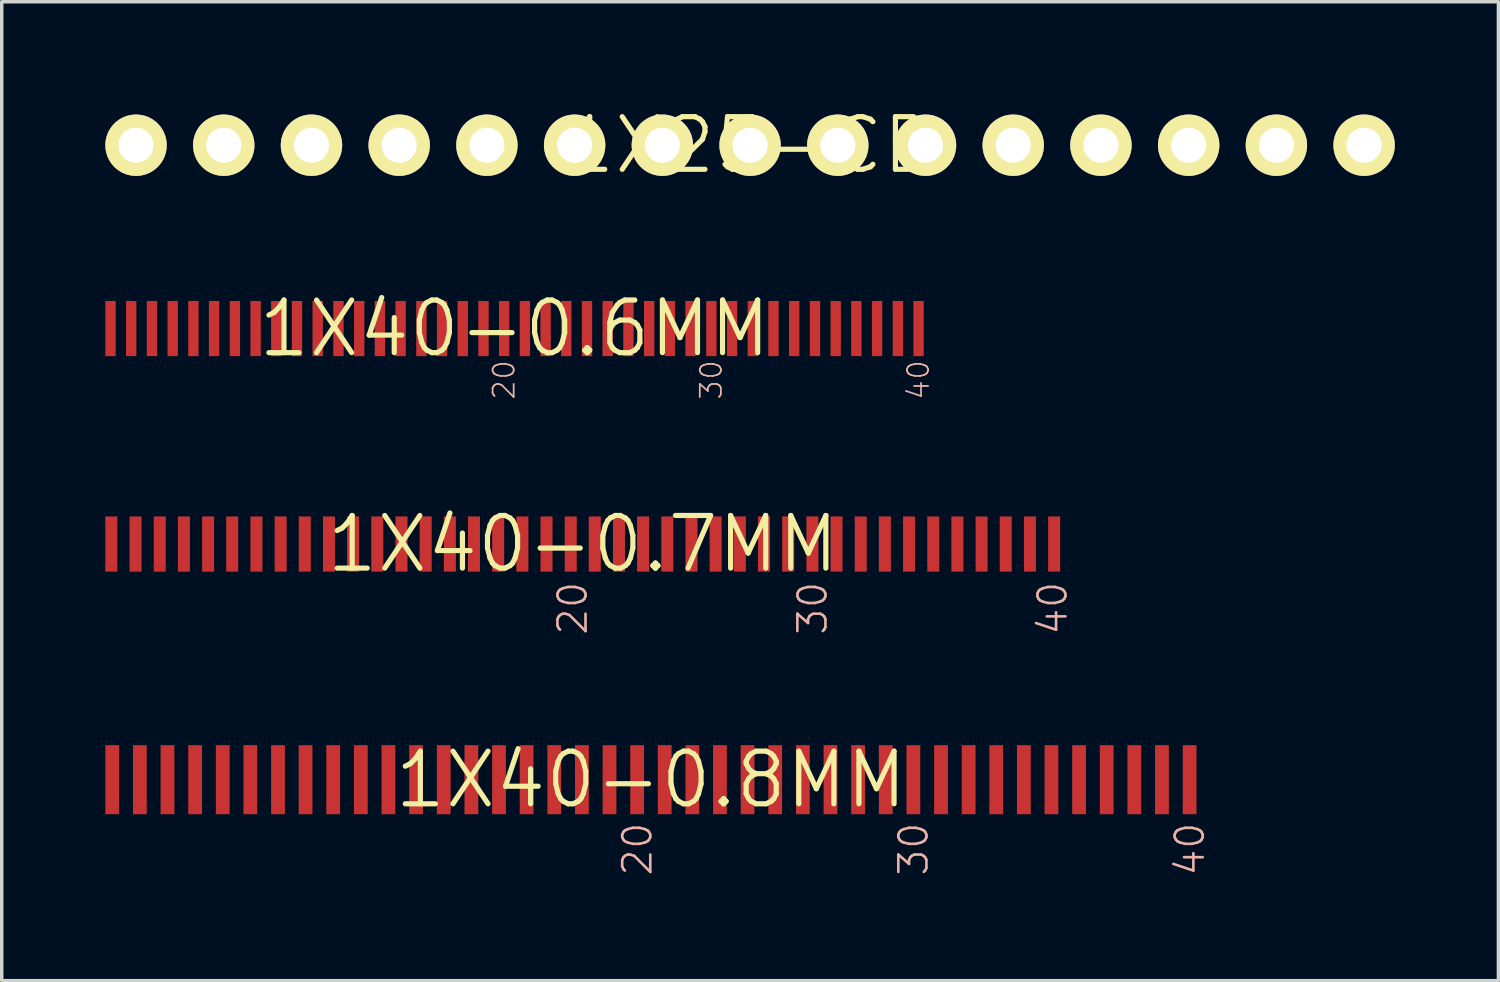
<source format=kicad_pcb>
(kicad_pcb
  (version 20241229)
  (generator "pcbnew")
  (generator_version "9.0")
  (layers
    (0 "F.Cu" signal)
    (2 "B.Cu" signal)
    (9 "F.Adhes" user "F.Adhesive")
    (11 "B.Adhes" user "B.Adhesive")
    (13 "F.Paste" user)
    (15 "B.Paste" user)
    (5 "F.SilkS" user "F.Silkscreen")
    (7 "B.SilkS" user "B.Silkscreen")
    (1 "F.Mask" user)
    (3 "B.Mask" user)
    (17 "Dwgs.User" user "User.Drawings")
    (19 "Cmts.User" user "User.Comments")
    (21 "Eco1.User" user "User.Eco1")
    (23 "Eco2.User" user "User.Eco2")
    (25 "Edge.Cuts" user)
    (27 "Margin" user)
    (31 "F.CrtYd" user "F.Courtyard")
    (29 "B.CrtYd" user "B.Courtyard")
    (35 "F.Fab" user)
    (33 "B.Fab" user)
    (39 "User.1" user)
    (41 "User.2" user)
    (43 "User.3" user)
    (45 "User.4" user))
  (footprint "1X40-0.7MM"
    (layer "F.Cu")
    (at 13.824 12.703)
    (property "Reference" "1X40-0.7MM" (at 0 0 0) (layer "F.SilkS") (effects (font (size 1.524 1.524) (thickness 0.15))))
    (attr smd)
    (fp_text user "40" (at 13.604 1.862 270) (layer "B.SilkS") (effects (font (size 0.813 0.813) (thickness 0.076))))
    (fp_text user "30" (at 6.655 1.862 270) (layer "B.SilkS") (effects (font (size 0.813 0.813) (thickness 0.076))))
    (fp_text user "20" (at -0.292 1.862 270) (layer "B.SilkS") (effects (font (size 0.813 0.813) (thickness 0.076))))
    (pad "1" smd rect (at -13.65 0 90) (size 1.598 0.348) (layers "F.Cu" "F.Mask" "F.Paste"))
    (pad "2" smd rect (at -12.949 0 90) (size 1.598 0.348) (layers "F.Cu" "F.Mask" "F.Paste"))
    (pad "3" smd rect (at -12.248 0 90) (size 1.598 0.348) (layers "F.Cu" "F.Mask" "F.Paste"))
    (pad "4" smd rect (at -11.549 0 90) (size 1.598 0.348) (layers "F.Cu" "F.Mask" "F.Paste"))
    (pad "5" smd rect (at -10.848 0 90) (size 1.598 0.348) (layers "F.Cu" "F.Mask" "F.Paste"))
    (pad "6" smd rect (at -10.15 0 90) (size 1.598 0.348) (layers "F.Cu" "F.Mask" "F.Paste"))
    (pad "7" smd rect (at -9.449 0 90) (size 1.598 0.348) (layers "F.Cu" "F.Mask" "F.Paste"))
    (pad "8" smd rect (at -8.748 0 90) (size 1.598 0.348) (layers "F.Cu" "F.Mask" "F.Paste"))
    (pad "9" smd rect (at -8.049 0 90) (size 1.598 0.348) (layers "F.Cu" "F.Mask" "F.Paste"))
    (pad "10" smd rect (at -7.348 0 90) (size 1.598 0.348) (layers "F.Cu" "F.Mask" "F.Paste"))
    (pad "11" smd rect (at -6.65 0 90) (size 1.598 0.348) (layers "F.Cu" "F.Mask" "F.Paste"))
    (pad "12" smd rect (at -5.949 0 90) (size 1.598 0.348) (layers "F.Cu" "F.Mask" "F.Paste"))
    (pad "13" smd rect (at -5.248 0 90) (size 1.598 0.348) (layers "F.Cu" "F.Mask" "F.Paste"))
    (pad "14" smd rect (at -4.549 0 90) (size 1.598 0.348) (layers "F.Cu" "F.Mask" "F.Paste"))
    (pad "15" smd rect (at -3.848 0 90) (size 1.598 0.348) (layers "F.Cu" "F.Mask" "F.Paste"))
    (pad "16" smd rect (at -3.15 0 90) (size 1.598 0.348) (layers "F.Cu" "F.Mask" "F.Paste"))
    (pad "17" smd rect (at -2.449 0 90) (size 1.598 0.348) (layers "F.Cu" "F.Mask" "F.Paste"))
    (pad "18" smd rect (at -1.748 0 90) (size 1.598 0.348) (layers "F.Cu" "F.Mask" "F.Paste"))
    (pad "19" smd rect (at -1.049 0 90) (size 1.598 0.348) (layers "F.Cu" "F.Mask" "F.Paste"))
    (pad "20" smd rect (at -0.348 0 90) (size 1.598 0.348) (layers "F.Cu" "F.Mask" "F.Paste"))
    (pad "21" smd rect (at 0.348 0 90) (size 1.598 0.348) (layers "F.Cu" "F.Mask" "F.Paste"))
    (pad "22" smd rect (at 1.049 0 90) (size 1.598 0.348) (layers "F.Cu" "F.Mask" "F.Paste"))
    (pad "23" smd rect (at 1.748 0 90) (size 1.598 0.348) (layers "F.Cu" "F.Mask" "F.Paste"))
    (pad "24" smd rect (at 2.449 0 90) (size 1.598 0.348) (layers "F.Cu" "F.Mask" "F.Paste"))
    (pad "25" smd rect (at 3.15 0 90) (size 1.598 0.348) (layers "F.Cu" "F.Mask" "F.Paste"))
    (pad "26" smd rect (at 3.848 0 90) (size 1.598 0.348) (layers "F.Cu" "F.Mask" "F.Paste"))
    (pad "27" smd rect (at 4.549 0 90) (size 1.598 0.348) (layers "F.Cu" "F.Mask" "F.Paste"))
    (pad "28" smd rect (at 5.248 0 90) (size 1.598 0.348) (layers "F.Cu" "F.Mask" "F.Paste"))
    (pad "29" smd rect (at 5.949 0 90) (size 1.598 0.348) (layers "F.Cu" "F.Mask" "F.Paste"))
    (pad "30" smd rect (at 6.65 0 90) (size 1.598 0.348) (layers "F.Cu" "F.Mask" "F.Paste"))
    (pad "31" smd rect (at 7.348 0 90) (size 1.598 0.348) (layers "F.Cu" "F.Mask" "F.Paste"))
    (pad "32" smd rect (at 8.049 0 90) (size 1.598 0.348) (layers "F.Cu" "F.Mask" "F.Paste"))
    (pad "33" smd rect (at 8.748 0 90) (size 1.598 0.348) (layers "F.Cu" "F.Mask" "F.Paste"))
    (pad "34" smd rect (at 9.449 0 90) (size 1.598 0.348) (layers "F.Cu" "F.Mask" "F.Paste"))
    (pad "35" smd rect (at 10.15 0 90) (size 1.598 0.348) (layers "F.Cu" "F.Mask" "F.Paste"))
    (pad "36" smd rect (at 10.848 0 90) (size 1.598 0.348) (layers "F.Cu" "F.Mask" "F.Paste"))
    (pad "37" smd rect (at 11.549 0 90) (size 1.598 0.348) (layers "F.Cu" "F.Mask" "F.Paste"))
    (pad "38" smd rect (at 12.248 0 90) (size 1.598 0.348) (layers "F.Cu" "F.Mask" "F.Paste"))
    (pad "39" smd rect (at 12.949 0 90) (size 1.598 0.348) (layers "F.Cu" "F.Mask" "F.Paste"))
    (pad "40" smd rect (at 13.65 0 90) (size 1.598 0.348) (layers "F.Cu" "F.Mask" "F.Paste")))
  (footprint "1X40-0.6MM"
    (layer "F.Cu")
    (at 11.849 6.464)
    (property "Reference" "1X40-0.6MM" (at 0 0 0) (layer "F.SilkS") (effects (font (size 1.524 1.524) (thickness 0.15))))
    (attr smd)
    (fp_text user "20" (at -0.305 1.488 90) (layer "B.SilkS") (effects (font (size 0.61 0.61) (thickness 0.051))))
    (fp_text user "30" (at 5.695 1.488 90) (layer "B.SilkS") (effects (font (size 0.61 0.61) (thickness 0.051))))
    (fp_text user "40" (at 11.694 1.488 90) (layer "B.SilkS") (effects (font (size 0.61 0.61) (thickness 0.051))))
    (pad "1" smd rect (at -11.699 0 90) (size 1.598 0.3) (layers "F.Cu" "F.Mask" "F.Paste"))
    (pad "2" smd rect (at -11.1 0 90) (size 1.598 0.3) (layers "F.Cu" "F.Mask" "F.Paste"))
    (pad "3" smd rect (at -10.498 0 90) (size 1.598 0.3) (layers "F.Cu" "F.Mask" "F.Paste"))
    (pad "4" smd rect (at -9.898 0 90) (size 1.598 0.3) (layers "F.Cu" "F.Mask" "F.Paste"))
    (pad "5" smd rect (at -9.299 0 90) (size 1.598 0.3) (layers "F.Cu" "F.Mask" "F.Paste"))
    (pad "6" smd rect (at -8.7 0 90) (size 1.598 0.3) (layers "F.Cu" "F.Mask" "F.Paste"))
    (pad "7" smd rect (at -8.098 0 90) (size 1.598 0.3) (layers "F.Cu" "F.Mask" "F.Paste"))
    (pad "8" smd rect (at -7.498 0 90) (size 1.598 0.3) (layers "F.Cu" "F.Mask" "F.Paste"))
    (pad "9" smd rect (at -6.899 0 90) (size 1.598 0.3) (layers "F.Cu" "F.Mask" "F.Paste"))
    (pad "10" smd rect (at -6.299 0 90) (size 1.598 0.3) (layers "F.Cu" "F.Mask" "F.Paste"))
    (pad "11" smd rect (at -5.7 0 90) (size 1.598 0.3) (layers "F.Cu" "F.Mask" "F.Paste"))
    (pad "12" smd rect (at -5.098 0 90) (size 1.598 0.3) (layers "F.Cu" "F.Mask" "F.Paste"))
    (pad "13" smd rect (at -4.498 0 90) (size 1.598 0.3) (layers "F.Cu" "F.Mask" "F.Paste"))
    (pad "14" smd rect (at -3.899 0 90) (size 1.598 0.3) (layers "F.Cu" "F.Mask" "F.Paste"))
    (pad "15" smd rect (at -3.299 0 90) (size 1.598 0.3) (layers "F.Cu" "F.Mask" "F.Paste"))
    (pad "16" smd rect (at -2.697 0 90) (size 1.598 0.3) (layers "F.Cu" "F.Mask" "F.Paste"))
    (pad "17" smd rect (at -2.098 0 90) (size 1.598 0.3) (layers "F.Cu" "F.Mask" "F.Paste"))
    (pad "18" smd rect (at -1.499 0 90) (size 1.598 0.3) (layers "F.Cu" "F.Mask" "F.Paste"))
    (pad "19" smd rect (at -0.899 0 90) (size 1.598 0.3) (layers "F.Cu" "F.Mask" "F.Paste"))
    (pad "20" smd rect (at -0.3 0 90) (size 1.598 0.3) (layers "F.Cu" "F.Mask" "F.Paste"))
    (pad "21" smd rect (at 0.3 0 90) (size 1.598 0.3) (layers "F.Cu" "F.Mask" "F.Paste"))
    (pad "22" smd rect (at 0.899 0 90) (size 1.598 0.3) (layers "F.Cu" "F.Mask" "F.Paste"))
    (pad "23" smd rect (at 1.499 0 90) (size 1.598 0.3) (layers "F.Cu" "F.Mask" "F.Paste"))
    (pad "24" smd rect (at 2.098 0 90) (size 1.598 0.3) (layers "F.Cu" "F.Mask" "F.Paste"))
    (pad "25" smd rect (at 2.697 0 90) (size 1.598 0.3) (layers "F.Cu" "F.Mask" "F.Paste"))
    (pad "26" smd rect (at 3.299 0 90) (size 1.598 0.3) (layers "F.Cu" "F.Mask" "F.Paste"))
    (pad "27" smd rect (at 3.899 0 90) (size 1.598 0.3) (layers "F.Cu" "F.Mask" "F.Paste"))
    (pad "28" smd rect (at 4.498 0 90) (size 1.598 0.3) (layers "F.Cu" "F.Mask" "F.Paste"))
    (pad "29" smd rect (at 5.098 0 90) (size 1.598 0.3) (layers "F.Cu" "F.Mask" "F.Paste"))
    (pad "30" smd rect (at 5.7 0 90) (size 1.598 0.3) (layers "F.Cu" "F.Mask" "F.Paste"))
    (pad "31" smd rect (at 6.299 0 90) (size 1.598 0.3) (layers "F.Cu" "F.Mask" "F.Paste"))
    (pad "32" smd rect (at 6.899 0 90) (size 1.598 0.3) (layers "F.Cu" "F.Mask" "F.Paste"))
    (pad "33" smd rect (at 7.498 0 90) (size 1.598 0.3) (layers "F.Cu" "F.Mask" "F.Paste"))
    (pad "34" smd rect (at 8.098 0 90) (size 1.598 0.3) (layers "F.Cu" "F.Mask" "F.Paste"))
    (pad "35" smd rect (at 8.7 0 90) (size 1.598 0.3) (layers "F.Cu" "F.Mask" "F.Paste"))
    (pad "36" smd rect (at 9.299 0 90) (size 1.598 0.3) (layers "F.Cu" "F.Mask" "F.Paste"))
    (pad "37" smd rect (at 9.898 0 90) (size 1.598 0.3) (layers "F.Cu" "F.Mask" "F.Paste"))
    (pad "38" smd rect (at 10.498 0 90) (size 1.598 0.3) (layers "F.Cu" "F.Mask" "F.Paste"))
    (pad "39" smd rect (at 11.1 0 90) (size 1.598 0.3) (layers "F.Cu" "F.Mask" "F.Paste"))
    (pad "40" smd rect (at 11.699 0 90) (size 1.598 0.3) (layers "F.Cu" "F.Mask" "F.Paste")))
  (footprint "1X40-0.8MM"
    (layer "F.Cu")
    (at 15.798 19.527)
    (property "Reference" "1X40-0.8MM" (at 0 0 0) (layer "F.SilkS") (effects (font (size 1.524 1.524) (thickness 0.15))))
    (attr smd)
    (fp_text user "30" (at 7.605 2.012 270) (layer "B.SilkS") (effects (font (size 0.813 0.813) (thickness 0.076))))
    (fp_text user "40" (at 15.606 2.012 270) (layer "B.SilkS") (effects (font (size 0.813 0.813) (thickness 0.076))))
    (fp_text user "20" (at -0.391 2.012 270) (layer "B.SilkS") (effects (font (size 0.813 0.813) (thickness 0.076))))
    (pad "1" smd rect (at -15.598 0 90) (size 1.999 0.399) (layers "F.Cu" "F.Mask" "F.Paste"))
    (pad "2" smd rect (at -14.798 0 90) (size 1.999 0.399) (layers "F.Cu" "F.Mask" "F.Paste"))
    (pad "3" smd rect (at -13.998 0 90) (size 1.999 0.399) (layers "F.Cu" "F.Mask" "F.Paste"))
    (pad "4" smd rect (at -13.198 0 90) (size 1.999 0.399) (layers "F.Cu" "F.Mask" "F.Paste"))
    (pad "5" smd rect (at -12.398 0 90) (size 1.999 0.399) (layers "F.Cu" "F.Mask" "F.Paste"))
    (pad "6" smd rect (at -11.598 0 90) (size 1.999 0.399) (layers "F.Cu" "F.Mask" "F.Paste"))
    (pad "7" smd rect (at -10.798 0 90) (size 1.999 0.399) (layers "F.Cu" "F.Mask" "F.Paste"))
    (pad "8" smd rect (at -10 0 90) (size 1.999 0.399) (layers "F.Cu" "F.Mask" "F.Paste"))
    (pad "9" smd rect (at -9.2 0 90) (size 1.999 0.399) (layers "F.Cu" "F.Mask" "F.Paste"))
    (pad "10" smd rect (at -8.4 0 90) (size 1.999 0.399) (layers "F.Cu" "F.Mask" "F.Paste"))
    (pad "11" smd rect (at -7.6 0 90) (size 1.999 0.399) (layers "F.Cu" "F.Mask" "F.Paste"))
    (pad "12" smd rect (at -6.8 0 90) (size 1.999 0.399) (layers "F.Cu" "F.Mask" "F.Paste"))
    (pad "13" smd rect (at -5.999 0 90) (size 1.999 0.399) (layers "F.Cu" "F.Mask" "F.Paste"))
    (pad "14" smd rect (at -5.199 0 90) (size 1.999 0.399) (layers "F.Cu" "F.Mask" "F.Paste"))
    (pad "15" smd rect (at -4.399 0 90) (size 1.999 0.399) (layers "F.Cu" "F.Mask" "F.Paste"))
    (pad "16" smd rect (at -3.599 0 90) (size 1.999 0.399) (layers "F.Cu" "F.Mask" "F.Paste"))
    (pad "17" smd rect (at -2.799 0 90) (size 1.999 0.399) (layers "F.Cu" "F.Mask" "F.Paste"))
    (pad "18" smd rect (at -1.999 0 90) (size 1.999 0.399) (layers "F.Cu" "F.Mask" "F.Paste"))
    (pad "19" smd rect (at -1.199 0 90) (size 1.999 0.399) (layers "F.Cu" "F.Mask" "F.Paste"))
    (pad "20" smd rect (at -0.399 0 90) (size 1.999 0.399) (layers "F.Cu" "F.Mask" "F.Paste"))
    (pad "21" smd rect (at 0.399 0 90) (size 1.999 0.399) (layers "F.Cu" "F.Mask" "F.Paste"))
    (pad "22" smd rect (at 1.199 0 90) (size 1.999 0.399) (layers "F.Cu" "F.Mask" "F.Paste"))
    (pad "23" smd rect (at 1.999 0 90) (size 1.999 0.399) (layers "F.Cu" "F.Mask" "F.Paste"))
    (pad "24" smd rect (at 2.799 0 90) (size 1.999 0.399) (layers "F.Cu" "F.Mask" "F.Paste"))
    (pad "25" smd rect (at 3.599 0 90) (size 1.999 0.399) (layers "F.Cu" "F.Mask" "F.Paste"))
    (pad "26" smd rect (at 4.399 0 90) (size 1.999 0.399) (layers "F.Cu" "F.Mask" "F.Paste"))
    (pad "27" smd rect (at 5.199 0 90) (size 1.999 0.399) (layers "F.Cu" "F.Mask" "F.Paste"))
    (pad "28" smd rect (at 5.999 0 90) (size 1.999 0.399) (layers "F.Cu" "F.Mask" "F.Paste"))
    (pad "29" smd rect (at 6.8 0 90) (size 1.999 0.399) (layers "F.Cu" "F.Mask" "F.Paste"))
    (pad "30" smd rect (at 7.6 0 90) (size 1.999 0.399) (layers "F.Cu" "F.Mask" "F.Paste"))
    (pad "31" smd rect (at 8.4 0 90) (size 1.999 0.399) (layers "F.Cu" "F.Mask" "F.Paste"))
    (pad "32" smd rect (at 9.2 0 90) (size 1.999 0.399) (layers "F.Cu" "F.Mask" "F.Paste"))
    (pad "33" smd rect (at 10 0 90) (size 1.999 0.399) (layers "F.Cu" "F.Mask" "F.Paste"))
    (pad "34" smd rect (at 10.798 0 90) (size 1.999 0.399) (layers "F.Cu" "F.Mask" "F.Paste"))
    (pad "35" smd rect (at 11.598 0 90) (size 1.999 0.399) (layers "F.Cu" "F.Mask" "F.Paste"))
    (pad "36" smd rect (at 12.398 0 90) (size 1.999 0.399) (layers "F.Cu" "F.Mask" "F.Paste"))
    (pad "37" smd rect (at 13.198 0 90) (size 1.999 0.399) (layers "F.Cu" "F.Mask" "F.Paste"))
    (pad "38" smd rect (at 13.998 0 90) (size 1.999 0.399) (layers "F.Cu" "F.Mask" "F.Paste"))
    (pad "39" smd rect (at 14.798 0 90) (size 1.999 0.399) (layers "F.Cu" "F.Mask" "F.Paste"))
    (pad "40" smd rect (at 15.598 0 90) (size 1.999 0.399) (layers "F.Cu" "F.Mask" "F.Paste")))
  (footprint "1X25-CB"
    (layer "F.Cu")
    (at 18.669 1.155)
    (property "Reference" "1X25-CB" (at 0 0 0) (layer "F.SilkS") (effects (font (size 1.524 1.524) (thickness 0.15))))
    (attr exclude_from_pos_files exclude_from_bom)
    (pad "1" thru_hole circle (at -17.78 0) (size 1.778 1.778) (drill 1.016) (layers "*.Cu" "F.Mask" "F.SilkS" "F.Paste"))
    (pad "2" thru_hole circle (at -15.24 0) (size 1.778 1.778) (drill 1.016) (layers "*.Cu" "F.Mask" "F.SilkS" "F.Paste"))
    (pad "3" thru_hole circle (at -12.7 0) (size 1.778 1.778) (drill 1.016) (layers "*.Cu" "F.Mask" "F.SilkS" "F.Paste"))
    (pad "4" thru_hole circle (at -10.16 0) (size 1.778 1.778) (drill 1.016) (layers "*.Cu" "F.Mask" "F.SilkS" "F.Paste"))
    (pad "5" thru_hole circle (at -7.62 0) (size 1.778 1.778) (drill 1.016) (layers "*.Cu" "F.Mask" "F.SilkS" "F.Paste"))
    (pad "6" thru_hole circle (at -5.08 0) (size 1.778 1.778) (drill 1.016) (layers "*.Cu" "F.Mask" "F.SilkS" "F.Paste"))
    (pad "7" thru_hole circle (at -2.54 0) (size 1.778 1.778) (drill 1.016) (layers "*.Cu" "F.Mask" "F.SilkS" "F.Paste"))
    (pad "8" thru_hole circle (at 0 0) (size 1.778 1.778) (drill 1.016) (layers "*.Cu" "F.Mask" "F.SilkS" "F.Paste"))
    (pad "9" thru_hole circle (at 2.54 0) (size 1.778 1.778) (drill 1.016) (layers "*.Cu" "F.Mask" "F.SilkS" "F.Paste"))
    (pad "10" thru_hole circle (at 5.08 0) (size 1.778 1.778) (drill 1.016) (layers "*.Cu" "F.Mask" "F.SilkS" "F.Paste"))
    (pad "11" thru_hole circle (at 7.62 0) (size 1.778 1.778) (drill 1.016) (layers "*.Cu" "F.Mask" "F.SilkS" "F.Paste"))
    (pad "12" thru_hole circle (at 10.16 0) (size 1.778 1.778) (drill 1.016) (layers "*.Cu" "F.Mask" "F.SilkS" "F.Paste"))
    (pad "13" thru_hole circle (at 12.7 0) (size 1.778 1.778) (drill 1.016) (layers "*.Cu" "F.Mask" "F.SilkS" "F.Paste"))
    (pad "14" thru_hole circle (at 15.24 0) (size 1.778 1.778) (drill 1.016) (layers "*.Cu" "F.Mask" "F.SilkS" "F.Paste"))
    (pad "15" thru_hole circle (at 17.78 0) (size 1.778 1.778) (drill 1.016) (layers "*.Cu" "F.Mask" "F.SilkS" "F.Paste")))
  (gr_rect
    (start -3 -3)
    (end 40.338 25.346)
    (stroke (width 0.1) (type default))
    (fill no)
    (layer "Edge.Cuts")))
</source>
